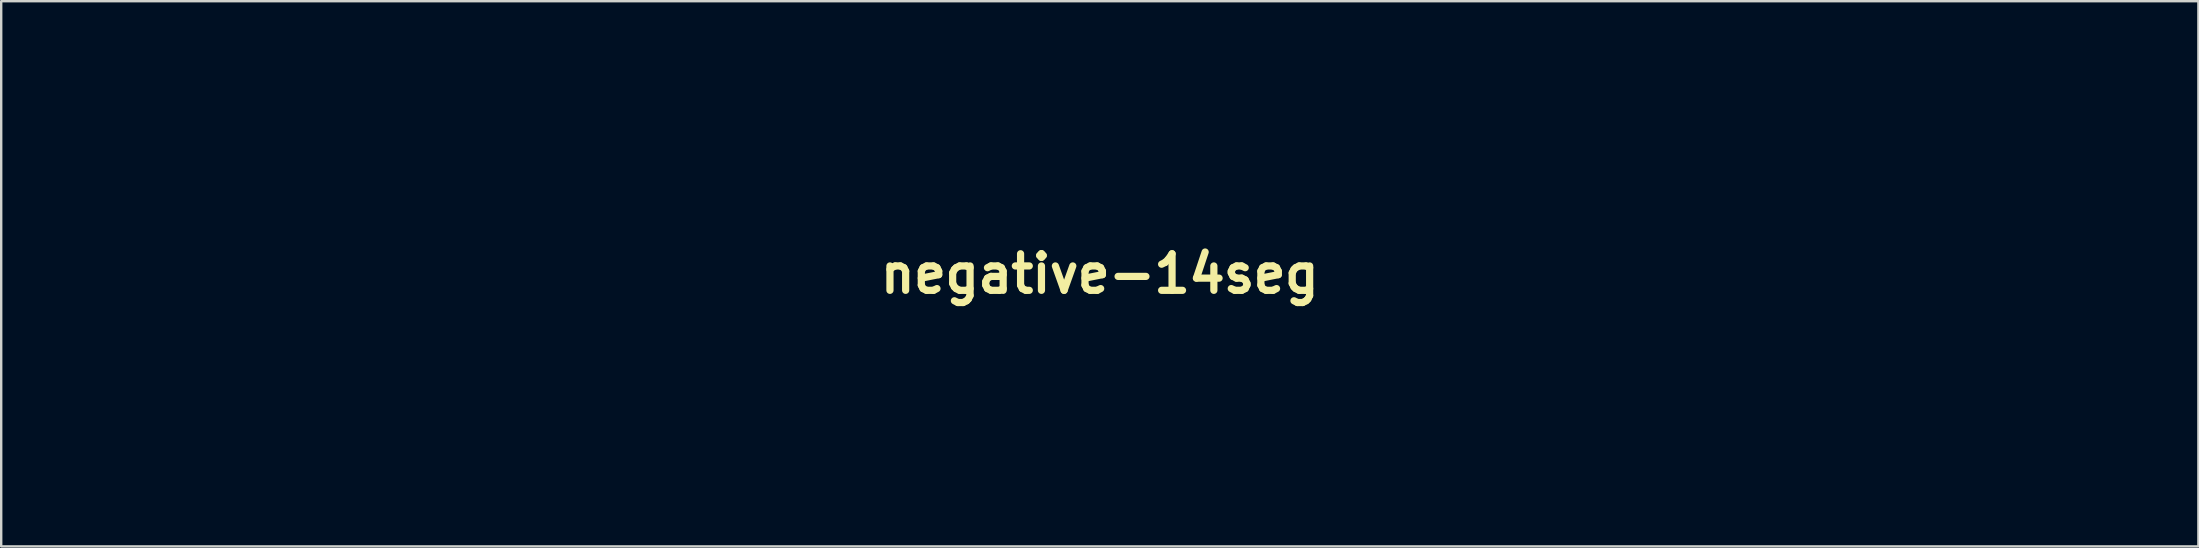
<source format=kicad_pcb>
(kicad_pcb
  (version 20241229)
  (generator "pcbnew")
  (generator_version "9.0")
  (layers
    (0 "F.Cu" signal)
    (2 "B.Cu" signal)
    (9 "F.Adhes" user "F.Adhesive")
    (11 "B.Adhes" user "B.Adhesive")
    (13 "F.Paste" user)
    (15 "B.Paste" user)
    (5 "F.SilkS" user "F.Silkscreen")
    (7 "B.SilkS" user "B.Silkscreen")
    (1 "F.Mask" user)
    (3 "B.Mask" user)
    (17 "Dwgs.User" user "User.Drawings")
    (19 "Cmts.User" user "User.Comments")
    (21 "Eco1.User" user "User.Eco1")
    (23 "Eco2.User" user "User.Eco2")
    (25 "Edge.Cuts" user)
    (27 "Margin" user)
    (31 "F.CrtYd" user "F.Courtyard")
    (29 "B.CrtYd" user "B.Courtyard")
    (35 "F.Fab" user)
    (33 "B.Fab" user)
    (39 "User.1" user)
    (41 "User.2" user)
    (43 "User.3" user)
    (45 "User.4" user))
  (footprint "negative-14seg"
    (layer "F.Cu")
    (at 42.784 8.36)
    (property "Reference" "negative-14seg" (at 0 0 0) (layer "F.SilkS") (effects (font (size 1.524 1.524) (thickness 0.3))))
    (attr through_hole)
    (fp_poly (pts (xy -34.574 5.07) (xy -34.557 5.176) (xy -34.582 5.318) (xy -34.624 5.381) (xy -34.672 5.355) (xy -34.691 5.225) (xy -34.691 5.218) (xy -34.672 5.075) (xy -34.626 5.013) (xy -34.624 5.013) (xy -34.574 5.07)) (stroke (width 0.01) (type solid)) (fill no) (layer "Eco2.User"))
    (fp_poly (pts (xy -13.522 5.071) (xy -13.502 5.211) (xy -13.502 5.214) (xy -13.521 5.354) (xy -13.568 5.414) (xy -13.569 5.414) (xy -13.616 5.356) (xy -13.636 5.216) (xy -13.636 5.214) (xy -13.616 5.073) (xy -13.57 5.013) (xy -13.569 5.013) (xy -13.522 5.071)) (stroke (width 0.01) (type solid)) (fill no) (layer "Eco2.User"))
    (fp_poly (pts (xy 42.779 8.355) (xy -42.779 8.355) (xy -42.779 6.654) (xy -8.957 6.654) (xy -8.921 6.784) (xy -8.829 6.977) (xy -8.735 7.135) (xy -8.691 7.158) (xy -8.583 7.176) (xy -8.401 7.191) (xy -8.135 7.202) (xy -7.774 7.21) (xy -7.31 7.215) (xy -6.731 7.218) (xy -6.085 7.219) (xy -3.488 7.219) (xy -3.211 6.888) (xy -3.037 6.679) (xy 22.588 6.679) (xy 22.766 6.949) (xy 22.945 7.219) (xy 28.035 7.219) (xy 28.322 6.938) (xy 28.475 6.773) (xy 28.565 6.654) (xy 33.154 6.654) (xy 33.189 6.784) (xy 33.282 6.977) (xy 33.375 7.135) (xy 33.419 7.158) (xy 33.528 7.176) (xy 33.71 7.191) (xy 33.976 7.202) (xy 34.336 7.21) (xy 34.801 7.215) (xy 35.38 7.218) (xy 36.026 7.219) (xy 38.622 7.219) (xy 38.899 6.888) (xy 39.176 6.558) (xy 39.005 6.287) (xy 38.834 6.016) (xy 33.668 6.016) (xy 33.411 6.294) (xy 33.27 6.461) (xy 33.176 6.596) (xy 33.154 6.654) (xy 28.565 6.654) (xy 28.579 6.635) (xy 28.608 6.568) (xy 28.571 6.445) (xy 28.48 6.279) (xy 28.373 6.129) (xy 28.309 6.067) (xy 28.229 6.056) (xy 28.033 6.046) (xy 27.739 6.037) (xy 27.366 6.03) (xy 26.932 6.025) (xy 26.453 6.021) (xy 25.95 6.018) (xy 25.438 6.017) (xy 24.938 6.018) (xy 24.466 6.02) (xy 24.041 6.024) (xy 23.68 6.03) (xy 23.402 6.038) (xy 23.225 6.047) (xy 23.169 6.055) (xy 23.072 6.126) (xy 22.931 6.268) (xy 22.827 6.387) (xy 22.588 6.679) (xy -3.037 6.679) (xy -2.935 6.558) (xy -3.106 6.287) (xy -3.277 6.016) (xy -8.443 6.016) (xy -8.7 6.294) (xy -8.841 6.461) (xy -8.934 6.596) (xy -8.957 6.654) (xy -42.779 6.654) (xy -42.779 5.668) (xy -41.008 5.668) (xy -41.005 5.777) (xy -40.994 5.855) (xy -40.978 5.914) (xy -40.957 5.964) (xy -40.937 6.002) (xy -40.843 6.145) (xy -40.75 6.215) (xy -40.739 6.216) (xy -40.652 6.165) (xy -40.528 6.033) (xy -40.443 5.92) (xy -40.388 5.839) (xy -40.343 5.759) (xy -40.304 5.666) (xy -40.27 5.545) (xy -40.237 5.381) (xy -40.204 5.16) (xy -40.168 4.866) (xy -40.126 4.485) (xy -40.076 4.003) (xy -40.015 3.403) (xy -40.009 3.342) (xy -39.956 2.801) (xy -39.909 2.298) (xy -39.882 1.978) (xy -36.393 1.978) (xy -36.387 2.147) (xy -36.361 2.332) (xy -36.311 2.554) (xy -36.232 2.832) (xy -36.121 3.187) (xy -35.973 3.639) (xy -35.895 3.877) (xy -35.784 4.217) (xy -35.667 4.587) (xy -35.568 4.913) (xy -35.558 4.946) (xy -35.411 5.338) (xy -35.24 5.598) (xy -35.044 5.73) (xy -34.929 5.748) (xy -34.78 5.692) (xy -34.724 5.598) (xy -34.688 5.507) (xy -34.663 5.526) (xy -34.633 5.657) (xy -34.569 5.842) (xy -34.466 6.025) (xy -34.352 6.164) (xy -34.257 6.216) (xy -34.177 6.168) (xy -34.058 6.048) (xy -34.018 5.999) (xy -33.899 5.843) (xy -33.813 5.724) (xy -33.801 5.704) (xy -33.795 5.677) (xy -30.51 5.677) (xy -30.501 5.797) (xy -30.48 5.888) (xy -30.45 5.966) (xy -30.441 5.985) (xy -30.34 6.154) (xy -30.241 6.203) (xy -30.122 6.13) (xy -30.008 5.999) (xy -29.938 5.913) (xy -29.881 5.845) (xy -29.835 5.779) (xy -29.797 5.701) (xy -29.786 5.668) (xy -24.03 5.668) (xy -24.027 5.777) (xy -24.017 5.855) (xy -24 5.914) (xy -23.979 5.964) (xy -23.96 6.002) (xy -23.865 6.145) (xy -23.772 6.215) (xy -23.761 6.216) (xy -23.674 6.165) (xy -23.55 6.034) (xy -23.466 5.922) (xy -23.421 5.859) (xy -23.383 5.806) (xy -23.351 5.751) (xy -23.322 5.682) (xy -23.32 5.677) (xy -19.949 5.677) (xy -19.94 5.797) (xy -19.919 5.888) (xy -19.889 5.966) (xy -19.88 5.985) (xy -19.779 6.154) (xy -19.68 6.203) (xy -19.561 6.13) (xy -19.447 5.999) (xy -19.327 5.843) (xy -19.242 5.724) (xy -19.229 5.704) (xy -19.212 5.622) (xy -19.184 5.422) (xy -19.146 5.12) (xy -19.101 4.733) (xy -19.05 4.276) (xy -18.996 3.765) (xy -18.949 3.309) (xy -18.829 2.116) (xy -15.351 2.116) (xy -15.333 2.295) (xy -15.289 2.475) (xy -15.246 2.616) (xy -15.035 3.265) (xy -14.848 3.844) (xy -14.69 4.339) (xy -14.565 4.735) (xy -14.477 5.02) (xy -14.47 5.043) (xy -14.337 5.381) (xy -14.178 5.612) (xy -14.003 5.727) (xy -13.821 5.72) (xy -13.691 5.638) (xy -13.601 5.565) (xy -13.571 5.588) (xy -13.569 5.647) (xy -13.533 5.791) (xy -13.445 5.962) (xy -13.335 6.116) (xy -13.231 6.208) (xy -13.199 6.216) (xy -13.112 6.165) (xy -12.989 6.033) (xy -12.904 5.92) (xy -12.849 5.839) (xy -12.804 5.759) (xy -12.765 5.666) (xy -12.731 5.545) (xy -12.718 5.481) (xy -8.445 5.481) (xy -8.423 5.696) (xy -8.348 5.801) (xy -8.216 5.803) (xy -8.084 5.746) (xy -8.011 5.677) (xy -2.971 5.677) (xy -2.962 5.797) (xy -2.941 5.888) (xy -2.911 5.966) (xy -2.902 5.985) (xy -2.801 6.154) (xy -2.702 6.203) (xy -2.583 6.13) (xy -2.469 5.999) (xy -2.399 5.913) (xy -2.342 5.845) (xy -2.296 5.779) (xy -2.289 5.765) (xy 4.279 5.765) (xy 4.339 5.792) (xy 4.496 5.81) (xy 4.671 5.815) (xy 5.065 5.815) (xy 5.086 5.668) (xy 18.08 5.668) (xy 18.084 5.777) (xy 18.094 5.855) (xy 18.11 5.914) (xy 18.132 5.964) (xy 18.151 6.002) (xy 18.246 6.145) (xy 18.338 6.215) (xy 18.35 6.216) (xy 18.437 6.165) (xy 18.561 6.034) (xy 18.645 5.922) (xy 18.689 5.859) (xy 18.727 5.806) (xy 18.76 5.751) (xy 18.789 5.682) (xy 18.79 5.677) (xy 22.161 5.677) (xy 22.171 5.797) (xy 22.191 5.888) (xy 22.222 5.966) (xy 22.231 5.985) (xy 22.332 6.154) (xy 22.43 6.203) (xy 22.55 6.13) (xy 22.664 5.999) (xy 22.783 5.843) (xy 22.869 5.724) (xy 22.881 5.704) (xy 22.898 5.622) (xy 22.923 5.446) (xy 23.14 5.446) (xy 23.143 5.625) (xy 23.171 5.723) (xy 23.203 5.755) (xy 23.292 5.805) (xy 23.364 5.798) (xy 23.441 5.759) (xy 28.537 5.759) (xy 28.678 5.987) (xy 28.789 6.133) (xy 28.89 6.212) (xy 28.911 6.216) (xy 28.998 6.165) (xy 29.122 6.033) (xy 29.207 5.92) (xy 29.261 5.839) (xy 29.307 5.759) (xy 29.345 5.668) (xy 32.652 5.668) (xy 32.656 5.778) (xy 32.666 5.856) (xy 32.682 5.915) (xy 32.704 5.965) (xy 32.724 6.006) (xy 32.827 6.157) (xy 32.938 6.191) (xy 33.07 6.106) (xy 33.226 5.916) (xy 33.298 5.806) (xy 33.354 5.691) (xy 33.371 5.638) (xy 33.655 5.638) (xy 33.679 5.733) (xy 33.705 5.76) (xy 33.828 5.81) (xy 33.962 5.779) (xy 34.026 5.746) (xy 34.1 5.677) (xy 39.139 5.677) (xy 39.149 5.797) (xy 39.169 5.888) (xy 39.2 5.966) (xy 39.208 5.985) (xy 39.309 6.154) (xy 39.408 6.203) (xy 39.528 6.13) (xy 39.642 5.999) (xy 39.712 5.913) (xy 39.768 5.845) (xy 39.814 5.779) (xy 39.852 5.701) (xy 39.886 5.598) (xy 39.917 5.453) (xy 39.948 5.255) (xy 39.984 4.987) (xy 40.025 4.636) (xy 40.077 4.187) (xy 40.14 3.625) (xy 40.172 3.342) (xy 40.221 2.91) (xy 40.271 2.477) (xy 40.317 2.079) (xy 40.354 1.755) (xy 40.371 1.609) (xy 40.401 1.331) (xy 40.409 1.146) (xy 40.389 1.013) (xy 40.336 0.892) (xy 40.254 0.757) (xy 40.138 0.592) (xy 40.041 0.487) (xy 40.005 0.468) (xy 39.926 0.516) (xy 39.806 0.637) (xy 39.758 0.694) (xy 39.715 0.746) (xy 39.679 0.791) (xy 39.648 0.843) (xy 39.621 0.911) (xy 39.595 1.01) (xy 39.57 1.15) (xy 39.542 1.343) (xy 39.511 1.602) (xy 39.475 1.938) (xy 39.432 2.363) (xy 39.38 2.889) (xy 39.317 3.528) (xy 39.268 4.03) (xy 39.217 4.556) (xy 39.179 4.967) (xy 39.153 5.279) (xy 39.14 5.51) (xy 39.139 5.677) (xy 34.1 5.677) (xy 34.132 5.646) (xy 34.248 5.474) (xy 34.289 5.396) (xy 34.405 5.169) (xy 34.549 4.908) (xy 34.624 4.779) (xy 34.759 4.545) (xy 34.884 4.316) (xy 34.938 4.211) (xy 35.02 4.052) (xy 35.08 3.953) (xy 35.089 3.944) (xy 35.14 3.869) (xy 35.227 3.72) (xy 35.269 3.643) (xy 35.401 3.402) (xy 35.541 3.151) (xy 35.565 3.108) (xy 35.765 2.745) (xy 35.904 2.455) (xy 35.996 2.2) (xy 36.056 1.941) (xy 36.095 1.664) (xy 36.124 1.332) (xy 36.116 1.119) (xy 36.069 1.015) (xy 35.979 1.009) (xy 35.912 1.043) (xy 35.8 1.15) (xy 35.688 1.309) (xy 35.688 1.309) (xy 35.614 1.437) (xy 35.489 1.653) (xy 35.328 1.931) (xy 35.147 2.242) (xy 35.09 2.339) (xy 34.757 2.912) (xy 34.484 3.382) (xy 34.265 3.762) (xy 34.095 4.066) (xy 33.965 4.307) (xy 33.87 4.497) (xy 33.804 4.65) (xy 33.759 4.778) (xy 33.73 4.896) (xy 33.71 5.015) (xy 33.692 5.149) (xy 33.689 5.179) (xy 33.658 5.462) (xy 33.655 5.638) (xy 33.371 5.638) (xy 33.4 5.546) (xy 33.441 5.349) (xy 33.482 5.074) (xy 33.529 4.7) (xy 33.551 4.512) (xy 33.608 4.027) (xy 33.674 3.467) (xy 33.742 2.892) (xy 33.804 2.359) (xy 33.825 2.181) (xy 33.966 0.986) (xy 33.773 0.748) (xy 33.641 0.599) (xy 33.533 0.501) (xy 33.504 0.485) (xy 33.426 0.52) (xy 33.314 0.64) (xy 33.257 0.719) (xy 33.196 0.821) (xy 33.147 0.933) (xy 33.107 1.078) (xy 33.07 1.276) (xy 33.033 1.548) (xy 32.993 1.915) (xy 32.952 2.311) (xy 32.876 3.077) (xy 32.813 3.722) (xy 32.761 4.256) (xy 32.72 4.691) (xy 32.689 5.039) (xy 32.668 5.31) (xy 32.656 5.516) (xy 32.652 5.668) (xy 29.345 5.668) (xy 29.345 5.666) (xy 29.38 5.545) (xy 29.412 5.382) (xy 29.445 5.161) (xy 29.481 4.868) (xy 29.523 4.488) (xy 29.573 4.007) (xy 29.634 3.408) (xy 29.641 3.334) (xy 29.703 2.717) (xy 29.752 2.219) (xy 29.788 1.825) (xy 29.811 1.521) (xy 29.824 1.292) (xy 29.827 1.125) (xy 29.819 1.004) (xy 29.803 0.917) (xy 29.779 0.847) (xy 29.769 0.826) (xy 29.648 0.606) (xy 29.538 0.51) (xy 29.417 0.529) (xy 29.26 0.657) (xy 29.243 0.674) (xy 29.19 0.723) (xy 29.146 0.763) (xy 29.109 0.804) (xy 29.078 0.858) (xy 29.049 0.938) (xy 29.023 1.054) (xy 28.996 1.219) (xy 28.967 1.444) (xy 28.933 1.741) (xy 28.894 2.122) (xy 28.847 2.598) (xy 28.79 3.182) (xy 28.721 3.884) (xy 28.706 4.032) (xy 28.537 5.759) (xy 23.441 5.759) (xy 23.465 5.746) (xy 23.571 5.646) (xy 23.687 5.474) (xy 23.728 5.396) (xy 23.844 5.169) (xy 23.988 4.908) (xy 24.063 4.779) (xy 24.198 4.545) (xy 24.323 4.316) (xy 24.377 4.211) (xy 24.459 4.052) (xy 24.519 3.953) (xy 24.528 3.944) (xy 24.579 3.869) (xy 24.666 3.72) (xy 24.708 3.643) (xy 24.84 3.402) (xy 24.98 3.151) (xy 25.004 3.108) (xy 25.203 2.745) (xy 25.343 2.455) (xy 25.435 2.2) (xy 25.495 1.941) (xy 25.534 1.664) (xy 25.563 1.332) (xy 25.555 1.119) (xy 25.508 1.015) (xy 25.418 1.009) (xy 25.351 1.043) (xy 25.239 1.15) (xy 25.127 1.309) (xy 25.127 1.309) (xy 25.053 1.437) (xy 24.928 1.653) (xy 24.767 1.931) (xy 24.586 2.242) (xy 24.529 2.339) (xy 24.198 2.909) (xy 23.927 3.375) (xy 23.71 3.752) (xy 23.541 4.051) (xy 23.413 4.287) (xy 23.321 4.472) (xy 23.257 4.619) (xy 23.216 4.741) (xy 23.191 4.851) (xy 23.177 4.962) (xy 23.166 5.088) (xy 23.159 5.162) (xy 23.14 5.446) (xy 22.923 5.446) (xy 22.927 5.422) (xy 22.965 5.12) (xy 23.01 4.733) (xy 23.06 4.276) (xy 23.115 3.765) (xy 23.161 3.309) (xy 23.395 0.99) (xy 23.261 0.802) (xy 23.17 0.655) (xy 23.128 0.547) (xy 23.127 0.541) (xy 23.09 0.47) (xy 22.993 0.494) (xy 22.859 0.604) (xy 22.78 0.694) (xy 22.737 0.746) (xy 22.701 0.791) (xy 22.67 0.843) (xy 22.643 0.911) (xy 22.617 1.01) (xy 22.592 1.15) (xy 22.564 1.343) (xy 22.533 1.602) (xy 22.497 1.938) (xy 22.454 2.363) (xy 22.402 2.889) (xy 22.339 3.528) (xy 22.29 4.03) (xy 22.239 4.556) (xy 22.201 4.967) (xy 22.176 5.279) (xy 22.163 5.51) (xy 22.161 5.677) (xy 18.79 5.677) (xy 18.816 5.589) (xy 18.844 5.46) (xy 18.875 5.283) (xy 18.909 5.048) (xy 18.949 4.742) (xy 18.997 4.356) (xy 19.054 3.876) (xy 19.123 3.292) (xy 19.205 2.593) (xy 19.254 2.181) (xy 19.394 0.986) (xy 19.201 0.748) (xy 19.069 0.599) (xy 18.962 0.501) (xy 18.933 0.485) (xy 18.855 0.52) (xy 18.742 0.64) (xy 18.685 0.719) (xy 18.624 0.821) (xy 18.576 0.933) (xy 18.535 1.078) (xy 18.498 1.276) (xy 18.462 1.548) (xy 18.421 1.915) (xy 18.381 2.311) (xy 18.305 3.077) (xy 18.241 3.722) (xy 18.189 4.256) (xy 18.148 4.691) (xy 18.118 5.039) (xy 18.097 5.31) (xy 18.084 5.516) (xy 18.08 5.668) (xy 5.086 5.668) (xy 5.105 5.531) (xy 5.123 5.395) (xy 5.152 5.145) (xy 5.192 4.8) (xy 5.241 4.377) (xy 5.295 3.897) (xy 5.354 3.376) (xy 5.382 3.121) (xy 5.618 0.994) (xy 5.466 0.803) (xy 5.302 0.628) (xy 5.167 0.568) (xy 5.038 0.616) (xy 4.997 0.649) (xy 4.945 0.696) (xy 4.899 0.741) (xy 4.86 0.795) (xy 4.825 0.868) (xy 4.792 0.971) (xy 4.761 1.114) (xy 4.728 1.309) (xy 4.694 1.565) (xy 4.656 1.894) (xy 4.612 2.306) (xy 4.561 2.812) (xy 4.501 3.423) (xy 4.431 4.148) (xy 4.376 4.712) (xy 4.342 5.066) (xy 4.314 5.371) (xy 4.292 5.604) (xy 4.28 5.741) (xy 4.279 5.765) (xy -2.289 5.765) (xy -2.258 5.701) (xy -2.225 5.598) (xy -2.194 5.453) (xy -2.162 5.255) (xy -2.127 4.987) (xy -2.085 4.636) (xy -2.034 4.187) (xy -1.971 3.625) (xy -1.938 3.342) (xy -1.889 2.91) (xy -1.84 2.477) (xy -1.794 2.079) (xy -1.757 1.755) (xy -1.74 1.609) (xy -1.71 1.331) (xy -1.702 1.146) (xy -1.722 1.013) (xy -1.775 0.892) (xy -1.856 0.757) (xy -1.973 0.592) (xy -2.069 0.487) (xy -2.106 0.468) (xy -2.185 0.516) (xy -2.305 0.637) (xy -2.352 0.694) (xy -2.396 0.746) (xy -2.432 0.791) (xy -2.462 0.843) (xy -2.49 0.911) (xy -2.515 1.01) (xy -2.541 1.15) (xy -2.568 1.343) (xy -2.599 1.602) (xy -2.636 1.938) (xy -2.679 2.363) (xy -2.731 2.889) (xy -2.794 3.528) (xy -2.843 4.03) (xy -2.894 4.556) (xy -2.932 4.967) (xy -2.957 5.279) (xy -2.97 5.51) (xy -2.971 5.677) (xy -8.011 5.677) (xy -7.978 5.646) (xy -7.862 5.474) (xy -7.821 5.396) (xy -7.706 5.169) (xy -7.562 4.908) (xy -7.487 4.779) (xy -7.352 4.545) (xy -7.227 4.316) (xy -7.173 4.211) (xy -7.091 4.052) (xy -7.03 3.953) (xy -7.022 3.944) (xy -6.97 3.869) (xy -6.883 3.72) (xy -6.841 3.643) (xy -6.71 3.402) (xy -6.57 3.151) (xy -6.546 3.108) (xy -6.346 2.745) (xy -6.207 2.455) (xy -6.114 2.2) (xy -6.054 1.941) (xy -6.015 1.664) (xy -5.987 1.332) (xy -5.995 1.119) (xy -6.042 1.015) (xy -6.131 1.009) (xy -6.199 1.043) (xy -6.311 1.15) (xy -6.422 1.309) (xy -6.423 1.309) (xy -6.496 1.437) (xy -6.621 1.653) (xy -6.783 1.931) (xy -6.964 2.242) (xy -7.02 2.339) (xy -7.354 2.913) (xy -7.627 3.383) (xy -7.846 3.764) (xy -8.017 4.068) (xy -8.146 4.308) (xy -8.241 4.497) (xy -8.307 4.649) (xy -8.351 4.775) (xy -8.38 4.89) (xy -8.399 5.005) (xy -8.416 5.135) (xy -8.418 5.149) (xy -8.445 5.481) (xy -12.718 5.481) (xy -12.698 5.382) (xy -12.665 5.161) (xy -12.629 4.868) (xy -12.587 4.488) (xy -12.537 4.007) (xy -12.477 3.408) (xy -12.469 3.334) (xy -12.407 2.717) (xy -12.359 2.219) (xy -12.323 1.825) (xy -12.299 1.521) (xy -12.286 1.292) (xy -12.284 1.125) (xy -12.291 1.004) (xy -12.307 0.917) (xy -12.332 0.847) (xy -12.342 0.826) (xy -12.462 0.606) (xy -12.572 0.51) (xy -12.694 0.529) (xy -12.852 0.656) (xy -12.87 0.674) (xy -13.098 0.902) (xy -13.198 1.938) (xy -13.241 2.388) (xy -13.287 2.878) (xy -13.332 3.353) (xy -13.371 3.757) (xy -13.376 3.81) (xy -13.421 4.23) (xy -13.467 4.527) (xy -13.512 4.699) (xy -13.556 4.743) (xy -13.592 4.673) (xy -13.628 4.562) (xy -13.701 4.345) (xy -13.803 4.042) (xy -13.928 3.674) (xy -14.068 3.262) (xy -14.218 2.826) (xy -14.369 2.385) (xy -14.512 1.972) (xy -14.625 1.643) (xy -14.722 1.362) (xy -14.793 1.152) (xy -14.832 1.035) (xy -14.837 1.019) (xy -14.897 1.007) (xy -15.034 1.003) (xy -15.164 1.018) (xy -15.23 1.091) (xy -15.265 1.253) (xy -15.317 1.628) (xy -15.346 1.905) (xy -15.351 2.116) (xy -18.829 2.116) (xy -18.715 0.99) (xy -18.849 0.802) (xy -18.94 0.655) (xy -18.983 0.547) (xy -18.983 0.541) (xy -19.02 0.47) (xy -19.118 0.494) (xy -19.252 0.604) (xy -19.33 0.694) (xy -19.373 0.746) (xy -19.409 0.791) (xy -19.44 0.843) (xy -19.468 0.911) (xy -19.493 1.01) (xy -19.519 1.15) (xy -19.546 1.343) (xy -19.577 1.602) (xy -19.613 1.938) (xy -19.657 2.363) (xy -19.709 2.889) (xy -19.772 3.528) (xy -19.821 4.03) (xy -19.872 4.556) (xy -19.91 4.967) (xy -19.935 5.279) (xy -19.948 5.51) (xy -19.949 5.677) (xy -23.32 5.677) (xy -23.294 5.589) (xy -23.266 5.46) (xy -23.236 5.283) (xy -23.202 5.048) (xy -23.162 4.742) (xy -23.114 4.356) (xy -23.056 3.876) (xy -22.988 3.292) (xy -22.905 2.593) (xy -22.857 2.181) (xy -22.716 0.986) (xy -22.909 0.748) (xy -23.041 0.599) (xy -23.149 0.501) (xy -23.178 0.485) (xy -23.256 0.52) (xy -23.368 0.64) (xy -23.426 0.719) (xy -23.486 0.821) (xy -23.535 0.933) (xy -23.575 1.078) (xy -23.612 1.276) (xy -23.649 1.548) (xy -23.69 1.915) (xy -23.73 2.311) (xy -23.806 3.077) (xy -23.869 3.722) (xy -23.921 4.256) (xy -23.962 4.691) (xy -23.993 5.039) (xy -24.014 5.31) (xy -24.026 5.516) (xy -24.03 5.668) (xy -29.786 5.668) (xy -29.764 5.598) (xy -29.733 5.453) (xy -29.701 5.255) (xy -29.666 4.987) (xy -29.624 4.636) (xy -29.573 4.187) (xy -29.51 3.625) (xy -29.477 3.342) (xy -29.428 2.91) (xy -29.379 2.477) (xy -29.333 2.079) (xy -29.296 1.755) (xy -29.279 1.609) (xy -29.249 1.331) (xy -29.241 1.146) (xy -29.261 1.013) (xy -29.314 0.892) (xy -29.395 0.757) (xy -29.512 0.592) (xy -29.608 0.487) (xy -29.644 0.468) (xy -29.724 0.516) (xy -29.844 0.637) (xy -29.891 0.694) (xy -29.934 0.746) (xy -29.97 0.791) (xy -30.001 0.843) (xy -30.029 0.911) (xy -30.054 1.01) (xy -30.08 1.15) (xy -30.107 1.343) (xy -30.138 1.602) (xy -30.175 1.938) (xy -30.218 2.363) (xy -30.27 2.889) (xy -30.333 3.528) (xy -30.382 4.03) (xy -30.433 4.556) (xy -30.471 4.967) (xy -30.496 5.279) (xy -30.509 5.51) (xy -30.51 5.677) (xy -33.795 5.677) (xy -33.784 5.622) (xy -33.755 5.422) (xy -33.718 5.12) (xy -33.673 4.733) (xy -33.622 4.276) (xy -33.568 3.765) (xy -33.521 3.309) (xy -33.287 0.99) (xy -33.421 0.802) (xy -33.512 0.655) (xy -33.554 0.547) (xy -33.555 0.541) (xy -33.594 0.47) (xy -33.698 0.491) (xy -33.843 0.596) (xy -33.949 0.704) (xy -34.071 0.847) (xy -34.145 0.94) (xy -34.156 0.958) (xy -34.163 1.027) (xy -34.181 1.21) (xy -34.209 1.491) (xy -34.245 1.85) (xy -34.287 2.27) (xy -34.323 2.634) (xy -34.37 3.103) (xy -34.411 3.539) (xy -34.446 3.922) (xy -34.472 4.229) (xy -34.487 4.439) (xy -34.491 4.518) (xy -34.506 4.69) (xy -34.55 4.735) (xy -34.617 4.656) (xy -34.704 4.458) (xy -34.75 4.328) (xy -34.812 4.14) (xy -34.91 3.852) (xy -35.034 3.488) (xy -35.176 3.073) (xy -35.328 2.633) (xy -35.383 2.473) (xy -35.542 2.012) (xy -35.666 1.661) (xy -35.761 1.406) (xy -35.834 1.231) (xy -35.894 1.12) (xy -35.948 1.057) (xy -36.004 1.028) (xy -36.068 1.017) (xy -36.087 1.015) (xy -36.231 1.006) (xy -36.296 1.014) (xy -36.296 1.015) (xy -36.303 1.086) (xy -36.323 1.259) (xy -36.35 1.5) (xy -36.362 1.604) (xy -36.383 1.803) (xy -36.393 1.978) (xy -39.882 1.978) (xy -39.871 1.852) (xy -39.841 1.477) (xy -39.823 1.19) (xy -39.816 1.007) (xy -39.819 0.948) (xy -39.894 0.795) (xy -40.001 0.635) (xy -40.106 0.512) (xy -40.176 0.468) (xy -40.246 0.519) (xy -40.354 0.648) (xy -40.406 0.724) (xy -40.466 0.824) (xy -40.514 0.938) (xy -40.555 1.085) (xy -40.591 1.287) (xy -40.628 1.564) (xy -40.67 1.937) (xy -40.708 2.311) (xy -40.784 3.077) (xy -40.847 3.722) (xy -40.899 4.256) (xy -40.94 4.691) (xy -40.971 5.039) (xy -40.992 5.31) (xy -41.004 5.516) (xy -41.008 5.668) (xy -42.779 5.668) (xy -42.779 0.216) (xy -29.409 0.216) (xy -29.276 0.402) (xy -29.185 0.55) (xy -29.143 0.657) (xy -29.143 0.662) (xy -29.084 0.694) (xy -28.903 0.717) (xy -28.597 0.73) (xy -28.161 0.735) (xy -28.127 0.735) (xy -27.11 0.735) (xy -26.857 0.488) (xy -26.694 0.301) (xy -26.053 0.301) (xy -25.962 0.495) (xy -25.93 0.541) (xy -25.792 0.735) (xy -23.902 0.735) (xy -23.648 0.488) (xy -23.471 0.284) (xy -23.442 0.206) (xy -5.032 0.206) (xy -5.002 0.319) (xy -4.942 0.403) (xy -4.851 0.546) (xy -4.814 0.652) (xy -4.779 0.686) (xy -4.663 0.711) (xy -4.454 0.726) (xy -4.136 0.734) (xy -3.842 0.735) (xy -2.871 0.735) (xy -2.568 0.433) (xy -2.351 0.216) (xy 12.702 0.216) (xy 12.835 0.402) (xy 12.925 0.55) (xy 12.967 0.657) (xy 12.967 0.662) (xy 13.027 0.694) (xy 13.208 0.717) (xy 13.514 0.73) (xy 13.949 0.735) (xy 13.984 0.735) (xy 15 0.735) (xy 15.254 0.488) (xy 15.416 0.301) (xy 16.058 0.301) (xy 16.149 0.495) (xy 16.18 0.541) (xy 16.319 0.735) (xy 18.209 0.735) (xy 18.462 0.488) (xy 18.64 0.284) (xy 18.704 0.109) (xy 18.658 -0.073) (xy 18.545 -0.244) (xy 18.375 -0.468) (xy 17.459 -0.466) (xy 17.071 -0.463) (xy 16.791 -0.452) (xy 16.594 -0.424) (xy 16.454 -0.373) (xy 16.348 -0.292) (xy 16.248 -0.171) (xy 16.19 -0.09) (xy 16.071 0.122) (xy 16.058 0.301) (xy 15.416 0.301) (xy 15.431 0.284) (xy 15.495 0.109) (xy 15.449 -0.073) (xy 15.337 -0.244) (xy 15.166 -0.468) (xy 14.251 -0.468) (xy 13.858 -0.466) (xy 13.572 -0.452) (xy 13.365 -0.419) (xy 13.209 -0.355) (xy 13.078 -0.251) (xy 12.945 -0.099) (xy 12.849 0.024) (xy 12.702 0.216) (xy -2.351 0.216) (xy -2.266 0.13) (xy -2.403 -0.062) (xy -2.495 -0.209) (xy -2.539 -0.313) (xy -2.54 -0.321) (xy -2.562 -0.376) (xy -2.64 -0.417) (xy -2.79 -0.444) (xy -3.029 -0.46) (xy -3.375 -0.467) (xy -3.646 -0.468) (xy -4.007 -0.467) (xy -4.259 -0.462) (xy -4.429 -0.448) (xy -4.54 -0.42) (xy -4.619 -0.375) (xy -4.691 -0.308) (xy -4.714 -0.284) (xy -4.859 -0.111) (xy -4.973 0.059) (xy -4.978 0.069) (xy -5.032 0.206) (xy -23.442 0.206) (xy -23.407 0.109) (xy -23.453 -0.073) (xy -23.565 -0.244) (xy -23.736 -0.468) (xy -24.651 -0.466) (xy -25.04 -0.463) (xy -25.32 -0.452) (xy -25.517 -0.424) (xy -25.656 -0.373) (xy -25.763 -0.292) (xy -25.862 -0.171) (xy -25.92 -0.09) (xy -26.039 0.122) (xy -26.053 0.301) (xy -26.694 0.301) (xy -26.679 0.284) (xy -26.615 0.109) (xy -26.661 -0.073) (xy -26.774 -0.244) (xy -26.944 -0.468) (xy -27.86 -0.468) (xy -28.252 -0.466) (xy -28.539 -0.452) (xy -28.746 -0.419) (xy -28.901 -0.355) (xy -29.032 -0.251) (xy -29.166 -0.099) (xy -29.262 0.024) (xy -29.409 0.216) (xy -42.779 0.216) (xy -42.779 -0.848) (xy -40.414 -0.848) (xy -40.406 -0.692) (xy -40.376 -0.568) (xy -40.32 -0.444) (xy -40.303 -0.41) (xy -40.2 -0.245) (xy -40.105 -0.185) (xy -39.992 -0.234) (xy -39.839 -0.394) (xy -39.784 -0.462) (xy -39.722 -0.542) (xy -39.671 -0.623) (xy -39.63 -0.72) (xy -39.595 -0.852) (xy -39.562 -1.035) (xy -39.527 -1.289) (xy -39.488 -1.63) (xy -39.44 -2.076) (xy -39.407 -2.397) (xy -39.334 -3.106) (xy -39.273 -3.694) (xy -39.224 -4.174) (xy -39.189 -4.539) (xy -39.018 -4.539) (xy -39.004 -4.39) (xy -38.968 -4.214) (xy -38.907 -3.989) (xy -38.816 -3.694) (xy -38.689 -3.307) (xy -38.6 -3.041) (xy -38.46 -2.617) (xy -38.328 -2.212) (xy -38.213 -1.853) (xy -38.123 -1.564) (xy -38.066 -1.372) (xy -38.06 -1.35) (xy -37.955 -1.004) (xy -37.852 -0.775) (xy -37.741 -0.65) (xy -37.611 -0.612) (xy -37.578 -0.614) (xy -37.489 -0.631) (xy -37.432 -0.676) (xy -37.394 -0.777) (xy -37.381 -0.858) (xy -33.937 -0.858) (xy -33.927 -0.707) (xy -33.891 -0.581) (xy -33.827 -0.444) (xy -33.817 -0.424) (xy -33.723 -0.256) (xy -33.65 -0.152) (xy -33.628 -0.136) (xy -33.569 -0.186) (xy -33.46 -0.313) (xy -33.372 -0.425) (xy -33.156 -0.711) (xy -33.141 -0.848) (xy -29.853 -0.848) (xy -29.845 -0.692) (xy -29.815 -0.568) (xy -29.759 -0.444) (xy -29.742 -0.41) (xy -29.643 -0.256) (xy -29.553 -0.175) (xy -29.523 -0.172) (xy -29.444 -0.242) (xy -29.329 -0.389) (xy -29.26 -0.493) (xy -29.195 -0.605) (xy -29.174 -0.651) (xy -23.468 -0.651) (xy -23.297 -0.393) (xy -23.185 -0.239) (xy -23.1 -0.148) (xy -23.076 -0.136) (xy -23.012 -0.186) (xy -22.899 -0.313) (xy -22.816 -0.42) (xy -22.768 -0.479) (xy -22.729 -0.528) (xy -22.695 -0.577) (xy -22.666 -0.638) (xy -22.639 -0.723) (xy -22.613 -0.842) (xy -22.611 -0.858) (xy -19.365 -0.858) (xy -19.355 -0.707) (xy -19.319 -0.581) (xy -19.255 -0.444) (xy -19.245 -0.424) (xy -19.15 -0.256) (xy -19.075 -0.151) (xy -19.051 -0.134) (xy -18.986 -0.182) (xy -18.873 -0.303) (xy -18.806 -0.384) (xy -18.678 -0.55) (xy -18.583 -0.678) (xy -18.561 -0.713) (xy -18.539 -0.799) (xy -18.508 -1.003) (xy -18.468 -1.328) (xy -18.417 -1.775) (xy -18.356 -2.347) (xy -18.284 -3.047) (xy -18.202 -3.877) (xy -18.182 -4.077) (xy -18.149 -4.409) (xy -18.127 -4.614) (xy -17.956 -4.614) (xy -17.939 -4.344) (xy -17.88 -4.065) (xy -17.771 -3.724) (xy -17.754 -3.676) (xy -17.701 -3.52) (xy -17.616 -3.261) (xy -17.507 -2.925) (xy -17.381 -2.537) (xy -17.249 -2.122) (xy -17.233 -2.072) (xy -17.104 -1.673) (xy -16.985 -1.315) (xy -16.883 -1.018) (xy -16.805 -0.803) (xy -16.758 -0.69) (xy -16.753 -0.682) (xy -16.643 -0.623) (xy -16.516 -0.615) (xy -16.43 -0.633) (xy -16.379 -0.676) (xy -12.902 -0.676) (xy -12.763 -0.409) (xy -12.664 -0.255) (xy -12.574 -0.175) (xy -12.545 -0.172) (xy -12.466 -0.242) (xy -12.352 -0.389) (xy -12.279 -0.497) (xy -12.208 -0.621) (xy -12.19 -0.664) (xy -2.412 -0.664) (xy -2.276 -0.472) (xy -2.183 -0.323) (xy -2.14 -0.214) (xy -2.139 -0.207) (xy -2.099 -0.139) (xy -1.999 -0.165) (xy -1.916 -0.232) (xy -1.795 -0.365) (xy -1.7 -0.506) (xy -1.625 -0.676) (xy -1.564 -0.895) (xy -1.56 -0.917) (xy 5.971 -0.917) (xy 5.971 -0.729) (xy 5.989 -0.657) (xy 6.087 -0.603) (xy 6.216 -0.649) (xy 6.29 -0.719) (xy 6.381 -0.848) (xy 12.257 -0.848) (xy 12.265 -0.692) (xy 12.296 -0.568) (xy 12.351 -0.444) (xy 12.369 -0.41) (xy 12.468 -0.256) (xy 12.558 -0.175) (xy 12.588 -0.172) (xy 12.667 -0.242) (xy 12.781 -0.389) (xy 12.851 -0.493) (xy 12.916 -0.605) (xy 12.936 -0.651) (xy 18.642 -0.651) (xy 18.814 -0.393) (xy 18.925 -0.239) (xy 19.011 -0.148) (xy 19.034 -0.136) (xy 19.099 -0.186) (xy 19.211 -0.313) (xy 19.295 -0.42) (xy 19.342 -0.479) (xy 19.382 -0.528) (xy 19.415 -0.577) (xy 19.445 -0.638) (xy 19.471 -0.723) (xy 19.497 -0.842) (xy 19.5 -0.858) (xy 22.745 -0.858) (xy 22.756 -0.707) (xy 22.791 -0.581) (xy 22.855 -0.444) (xy 22.865 -0.424) (xy 22.96 -0.256) (xy 23.036 -0.151) (xy 23.06 -0.134) (xy 23.124 -0.182) (xy 23.237 -0.303) (xy 23.304 -0.384) (xy 23.432 -0.55) (xy 23.527 -0.678) (xy 23.55 -0.713) (xy 23.562 -0.763) (xy 27.02 -0.763) (xy 27.04 -0.665) (xy 27.143 -0.606) (xy 27.282 -0.638) (xy 27.305 -0.653) (xy 27.333 -0.675) (xy 27.334 -0.676) (xy 29.208 -0.676) (xy 29.348 -0.409) (xy 29.447 -0.255) (xy 29.536 -0.175) (xy 29.566 -0.172) (xy 29.645 -0.242) (xy 29.759 -0.389) (xy 29.831 -0.497) (xy 29.903 -0.621) (xy 29.959 -0.754) (xy 29.988 -0.858) (xy 33.306 -0.858) (xy 33.317 -0.707) (xy 33.352 -0.581) (xy 33.416 -0.444) (xy 33.427 -0.424) (xy 33.52 -0.256) (xy 33.593 -0.152) (xy 33.615 -0.136) (xy 33.674 -0.186) (xy 33.783 -0.312) (xy 33.867 -0.42) (xy 33.914 -0.48) (xy 33.953 -0.528) (xy 33.987 -0.578) (xy 34.016 -0.639) (xy 34.039 -0.712) (xy 37.53 -0.712) (xy 37.539 -0.657) (xy 37.636 -0.603) (xy 37.766 -0.649) (xy 37.781 -0.664) (xy 39.698 -0.664) (xy 39.835 -0.472) (xy 39.927 -0.323) (xy 39.971 -0.214) (xy 39.972 -0.207) (xy 40.012 -0.139) (xy 40.112 -0.165) (xy 40.194 -0.232) (xy 40.315 -0.365) (xy 40.41 -0.506) (xy 40.486 -0.676) (xy 40.547 -0.895) (xy 40.6 -1.185) (xy 40.65 -1.565) (xy 40.703 -2.058) (xy 40.705 -2.08) (xy 40.756 -2.58) (xy 40.812 -3.126) (xy 40.867 -3.668) (xy 40.918 -4.159) (xy 40.945 -4.424) (xy 41.054 -5.472) (xy 40.864 -5.71) (xy 40.674 -5.948) (xy 40.458 -5.731) (xy 40.411 -5.687) (xy 40.371 -5.652) (xy 40.337 -5.614) (xy 40.307 -5.564) (xy 40.28 -5.489) (xy 40.252 -5.379) (xy 40.224 -5.224) (xy 40.193 -5.011) (xy 40.156 -4.732) (xy 40.113 -4.374) (xy 40.062 -3.927) (xy 40.001 -3.381) (xy 39.928 -2.723) (xy 39.841 -1.944) (xy 39.838 -1.919) (xy 39.698 -0.664) (xy 37.781 -0.664) (xy 37.839 -0.719) (xy 37.945 -0.868) (xy 38.028 -1.003) (xy 38.102 -1.131) (xy 38.222 -1.342) (xy 38.37 -1.6) (xy 38.468 -1.771) (xy 38.814 -2.377) (xy 39.099 -2.879) (xy 39.331 -3.292) (xy 39.515 -3.629) (xy 39.658 -3.903) (xy 39.765 -4.127) (xy 39.844 -4.316) (xy 39.899 -4.481) (xy 39.937 -4.637) (xy 39.965 -4.796) (xy 39.989 -4.972) (xy 40 -5.063) (xy 40.043 -5.414) (xy 39.843 -5.414) (xy 39.728 -5.399) (xy 39.631 -5.338) (xy 39.526 -5.204) (xy 39.407 -5.01) (xy 39.288 -4.8) (xy 39.204 -4.632) (xy 39.17 -4.543) (xy 39.169 -4.542) (xy 39.122 -4.48) (xy 39.11 -4.478) (xy 39.043 -4.424) (xy 39.013 -4.361) (xy 38.958 -4.238) (xy 38.859 -4.053) (xy 38.795 -3.944) (xy 38.662 -3.719) (xy 38.535 -3.5) (xy 38.492 -3.426) (xy 38.366 -3.206) (xy 38.243 -2.991) (xy 38.136 -2.806) (xy 38 -2.573) (xy 37.921 -2.44) (xy 37.803 -2.232) (xy 37.709 -2.052) (xy 37.673 -1.972) (xy 37.64 -1.839) (xy 37.606 -1.626) (xy 37.574 -1.369) (xy 37.548 -1.107) (xy 37.532 -0.875) (xy 37.53 -0.712) (xy 34.039 -0.712) (xy 34.043 -0.724) (xy 34.069 -0.844) (xy 34.097 -1.011) (xy 34.126 -1.235) (xy 34.161 -1.528) (xy 34.202 -1.903) (xy 34.251 -2.369) (xy 34.309 -2.94) (xy 34.38 -3.625) (xy 34.424 -4.054) (xy 34.562 -5.401) (xy 34.419 -5.675) (xy 34.317 -5.838) (xy 34.224 -5.936) (xy 34.193 -5.949) (xy 34.1 -5.901) (xy 33.973 -5.783) (xy 33.936 -5.74) (xy 33.884 -5.677) (xy 33.841 -5.616) (xy 33.806 -5.544) (xy 33.776 -5.444) (xy 33.748 -5.301) (xy 33.719 -5.1) (xy 33.688 -4.826) (xy 33.651 -4.464) (xy 33.606 -3.999) (xy 33.554 -3.442) (xy 33.509 -2.971) (xy 33.462 -2.496) (xy 33.418 -2.051) (xy 33.38 -1.67) (xy 33.35 -1.387) (xy 33.349 -1.376) (xy 33.318 -1.069) (xy 33.306 -0.858) (xy 29.988 -0.858) (xy 30.005 -0.92) (xy 30.047 -1.143) (xy 30.09 -1.448) (xy 30.139 -1.859) (xy 30.145 -1.916) (xy 30.2 -2.397) (xy 30.264 -2.953) (xy 30.33 -3.525) (xy 30.391 -4.056) (xy 30.412 -4.232) (xy 30.551 -5.423) (xy 30.339 -5.69) (xy 30.128 -5.958) (xy 29.91 -5.746) (xy 29.828 -5.664) (xy 29.766 -5.583) (xy 29.718 -5.482) (xy 29.679 -5.342) (xy 29.646 -5.143) (xy 29.613 -4.864) (xy 29.575 -4.485) (xy 29.546 -4.178) (xy 29.52 -3.899) (xy 29.484 -3.521) (xy 29.441 -3.078) (xy 29.395 -2.601) (xy 29.349 -2.126) (xy 29.346 -2.092) (xy 29.208 -0.676) (xy 27.334 -0.676) (xy 27.363 -0.709) (xy 27.406 -0.771) (xy 27.471 -0.879) (xy 27.569 -1.05) (xy 27.711 -1.3) (xy 27.906 -1.648) (xy 27.938 -1.704) (xy 28.284 -2.32) (xy 28.57 -2.83) (xy 28.803 -3.248) (xy 28.989 -3.584) (xy 29.132 -3.852) (xy 29.239 -4.063) (xy 29.315 -4.228) (xy 29.367 -4.361) (xy 29.399 -4.473) (xy 29.418 -4.575) (xy 29.429 -4.681) (xy 29.437 -4.801) (xy 29.442 -4.867) (xy 29.487 -5.423) (xy 29.275 -5.402) (xy 29.149 -5.365) (xy 29.026 -5.267) (xy 28.894 -5.093) (xy 28.739 -4.826) (xy 28.562 -4.478) (xy 28.48 -4.32) (xy 28.42 -4.221) (xy 28.411 -4.211) (xy 28.36 -4.136) (xy 28.275 -3.986) (xy 28.234 -3.91) (xy 28.105 -3.67) (xy 27.966 -3.419) (xy 27.941 -3.376) (xy 27.804 -3.135) (xy 27.642 -2.846) (xy 27.441 -2.483) (xy 27.311 -2.247) (xy 27.24 -2.071) (xy 27.169 -1.82) (xy 27.106 -1.529) (xy 27.056 -1.233) (xy 27.026 -0.966) (xy 27.02 -0.763) (xy 23.562 -0.763) (xy 23.571 -0.801) (xy 23.601 -1.001) (xy 23.639 -1.289) (xy 23.681 -1.646) (xy 23.724 -2.047) (xy 23.727 -2.083) (xy 23.778 -2.582) (xy 23.834 -3.127) (xy 23.889 -3.669) (xy 23.94 -4.158) (xy 23.967 -4.42) (xy 24.075 -5.464) (xy 23.919 -5.706) (xy 23.782 -5.881) (xy 23.659 -5.935) (xy 23.52 -5.868) (xy 23.393 -5.746) (xy 23.336 -5.686) (xy 23.291 -5.63) (xy 23.253 -5.564) (xy 23.221 -5.471) (xy 23.192 -5.337) (xy 23.164 -5.148) (xy 23.133 -4.888) (xy 23.097 -4.542) (xy 23.054 -4.094) (xy 23.001 -3.531) (xy 22.993 -3.442) (xy 22.948 -2.971) (xy 22.901 -2.496) (xy 22.857 -2.051) (xy 22.819 -1.67) (xy 22.789 -1.387) (xy 22.788 -1.376) (xy 22.757 -1.069) (xy 22.745 -0.858) (xy 19.5 -0.858) (xy 19.525 -1.008) (xy 19.554 -1.231) (xy 19.589 -1.524) (xy 19.63 -1.897) (xy 19.678 -2.362) (xy 19.737 -2.93) (xy 19.807 -3.614) (xy 19.853 -4.068) (xy 19.994 -5.429) (xy 19.82 -5.692) (xy 19.646 -5.955) (xy 19.453 -5.801) (xy 19.394 -5.758) (xy 19.345 -5.724) (xy 19.303 -5.687) (xy 19.267 -5.636) (xy 19.235 -5.56) (xy 19.204 -5.447) (xy 19.173 -5.287) (xy 19.14 -5.069) (xy 19.102 -4.781) (xy 19.059 -4.412) (xy 19.007 -3.951) (xy 18.944 -3.386) (xy 18.87 -2.707) (xy 18.815 -2.214) (xy 18.642 -0.651) (xy 12.936 -0.651) (xy 12.968 -0.723) (xy 13.01 -0.869) (xy 13.048 -1.065) (xy 13.085 -1.332) (xy 13.126 -1.693) (xy 13.166 -2.079) (xy 13.217 -2.579) (xy 13.272 -3.123) (xy 13.328 -3.665) (xy 13.378 -4.154) (xy 13.406 -4.42) (xy 13.514 -5.464) (xy 13.358 -5.706) (xy 13.213 -5.885) (xy 13.085 -5.934) (xy 12.955 -5.855) (xy 12.855 -5.722) (xy 12.81 -5.647) (xy 12.772 -5.559) (xy 12.737 -5.446) (xy 12.705 -5.292) (xy 12.672 -5.084) (xy 12.637 -4.806) (xy 12.597 -4.445) (xy 12.55 -3.985) (xy 12.494 -3.413) (xy 12.468 -3.142) (xy 12.426 -2.708) (xy 12.382 -2.25) (xy 12.34 -1.817) (xy 12.305 -1.457) (xy 12.299 -1.392) (xy 12.269 -1.07) (xy 12.257 -0.848) (xy 6.381 -0.848) (xy 6.396 -0.868) (xy 6.479 -1.003) (xy 6.552 -1.131) (xy 6.673 -1.342) (xy 6.821 -1.6) (xy 6.918 -1.771) (xy 7.269 -2.386) (xy 7.56 -2.897) (xy 7.796 -3.319) (xy 7.983 -3.665) (xy 8.127 -3.949) (xy 8.234 -4.182) (xy 8.309 -4.38) (xy 8.359 -4.555) (xy 8.389 -4.72) (xy 8.405 -4.889) (xy 8.413 -5.075) (xy 8.416 -5.201) (xy 8.41 -5.351) (xy 8.353 -5.405) (xy 8.21 -5.402) (xy 8.019 -5.339) (xy 7.888 -5.18) (xy 7.794 -5.01) (xy 7.668 -4.782) (xy 7.575 -4.612) (xy 7.436 -4.361) (xy 7.296 -4.11) (xy 7.222 -3.977) (xy 7.088 -3.736) (xy 6.951 -3.484) (xy 6.928 -3.442) (xy 6.835 -3.274) (xy 6.766 -3.162) (xy 6.751 -3.142) (xy 6.698 -3.06) (xy 6.594 -2.875) (xy 6.45 -2.606) (xy 6.275 -2.27) (xy 6.236 -2.194) (xy 6.166 -2.012) (xy 6.099 -1.758) (xy 6.041 -1.467) (xy 5.996 -1.175) (xy 5.971 -0.917) (xy -1.56 -0.917) (xy -1.511 -1.185) (xy -1.461 -1.565) (xy -1.408 -2.058) (xy -1.405 -2.08) (xy -1.355 -2.58) (xy -1.299 -3.126) (xy -1.243 -3.668) (xy -1.193 -4.159) (xy -1.165 -4.424) (xy -1.057 -5.472) (xy -1.436 -5.948) (xy -1.653 -5.731) (xy -1.7 -5.687) (xy -1.739 -5.652) (xy -1.773 -5.614) (xy -1.803 -5.564) (xy -1.831 -5.489) (xy -1.858 -5.379) (xy -1.887 -5.224) (xy -1.918 -5.011) (xy -1.954 -4.732) (xy -1.997 -4.374) (xy -2.048 -3.927) (xy -2.11 -3.381) (xy -2.183 -2.723) (xy -2.269 -1.944) (xy -2.272 -1.919) (xy -2.412 -0.664) (xy -12.19 -0.664) (xy -12.152 -0.754) (xy -12.105 -0.92) (xy -12.064 -1.143) (xy -12.021 -1.448) (xy -11.972 -1.859) (xy -11.965 -1.916) (xy -11.911 -2.397) (xy -11.847 -2.953) (xy -11.781 -3.525) (xy -11.719 -4.056) (xy -11.699 -4.232) (xy -11.56 -5.423) (xy -11.771 -5.69) (xy -11.983 -5.958) (xy -12.201 -5.746) (xy -12.282 -5.664) (xy -12.345 -5.583) (xy -12.393 -5.482) (xy -12.431 -5.342) (xy -12.465 -5.143) (xy -12.498 -4.864) (xy -12.536 -4.485) (xy -12.565 -4.178) (xy -12.591 -3.899) (xy -12.627 -3.521) (xy -12.67 -3.078) (xy -12.715 -2.601) (xy -12.761 -2.126) (xy -12.765 -2.092) (xy -12.902 -0.676) (xy -16.379 -0.676) (xy -16.375 -0.68) (xy -16.338 -0.784) (xy -16.309 -0.974) (xy -16.286 -1.185) (xy -16.266 -1.408) (xy -16.259 -1.595) (xy -16.271 -1.772) (xy -16.306 -1.968) (xy -16.37 -2.211) (xy -16.468 -2.53) (xy -16.578 -2.874) (xy -16.668 -3.156) (xy -16.777 -3.504) (xy -16.895 -3.881) (xy -17.009 -4.249) (xy -17.108 -4.573) (xy -17.18 -4.813) (xy -17.19 -4.846) (xy -17.317 -5.142) (xy -17.49 -5.336) (xy -17.693 -5.413) (xy -17.717 -5.414) (xy -17.811 -5.408) (xy -17.868 -5.369) (xy -17.902 -5.269) (xy -17.926 -5.081) (xy -17.94 -4.93) (xy -17.956 -4.614) (xy -18.127 -4.614) (xy -18.114 -4.74) (xy -18.084 -5.014) (xy -18.076 -5.086) (xy -18.058 -5.322) (xy -18.079 -5.488) (xy -18.153 -5.644) (xy -18.19 -5.703) (xy -18.328 -5.88) (xy -18.451 -5.935) (xy -18.59 -5.869) (xy -18.718 -5.746) (xy -18.774 -5.686) (xy -18.82 -5.63) (xy -18.857 -5.564) (xy -18.889 -5.471) (xy -18.918 -5.337) (xy -18.947 -5.148) (xy -18.978 -4.888) (xy -19.013 -4.542) (xy -19.056 -4.094) (xy -19.109 -3.531) (xy -19.118 -3.442) (xy -19.163 -2.971) (xy -19.209 -2.496) (xy -19.253 -2.051) (xy -19.292 -1.67) (xy -19.321 -1.387) (xy -19.322 -1.376) (xy -19.354 -1.069) (xy -19.365 -0.858) (xy -22.611 -0.858) (xy -22.586 -1.008) (xy -22.556 -1.231) (xy -22.522 -1.524) (xy -22.481 -1.897) (xy -22.432 -2.362) (xy -22.374 -2.93) (xy -22.304 -3.614) (xy -22.257 -4.068) (xy -22.117 -5.429) (xy -22.291 -5.692) (xy -22.465 -5.955) (xy -22.658 -5.801) (xy -22.717 -5.758) (xy -22.766 -5.724) (xy -22.807 -5.687) (xy -22.843 -5.636) (xy -22.876 -5.56) (xy -22.906 -5.447) (xy -22.937 -5.287) (xy -22.97 -5.069) (xy -23.008 -4.781) (xy -23.052 -4.412) (xy -23.104 -3.951) (xy -23.166 -3.386) (xy -23.241 -2.707) (xy -23.295 -2.214) (xy -23.468 -0.651) (xy -29.174 -0.651) (xy -29.143 -0.723) (xy -29.1 -0.869) (xy -29.063 -1.065) (xy -29.025 -1.332) (xy -28.985 -1.693) (xy -28.945 -2.079) (xy -28.894 -2.579) (xy -28.838 -3.123) (xy -28.782 -3.665) (xy -28.732 -4.154) (xy -28.705 -4.42) (xy -28.596 -5.464) (xy -28.753 -5.706) (xy -28.897 -5.885) (xy -29.026 -5.934) (xy -29.155 -5.855) (xy -29.255 -5.722) (xy -29.3 -5.647) (xy -29.339 -5.559) (xy -29.373 -5.446) (xy -29.406 -5.292) (xy -29.439 -5.084) (xy -29.474 -4.806) (xy -29.514 -4.445) (xy -29.561 -3.985) (xy -29.617 -3.413) (xy -29.643 -3.142) (xy -29.684 -2.708) (xy -29.729 -2.25) (xy -29.771 -1.817) (xy -29.806 -1.457) (xy -29.812 -1.392) (xy -29.841 -1.07) (xy -29.853 -0.848) (xy -33.141 -0.848) (xy -32.887 -3.068) (xy -32.618 -5.425) (xy -32.749 -5.609) (xy -32.896 -5.8) (xy -33.007 -5.883) (xy -33.114 -5.868) (xy -33.25 -5.763) (xy -33.268 -5.746) (xy -33.33 -5.69) (xy -33.38 -5.638) (xy -33.421 -5.578) (xy -33.454 -5.492) (xy -33.484 -5.368) (xy -33.513 -5.19) (xy -33.544 -4.942) (xy -33.578 -4.611) (xy -33.62 -4.181) (xy -33.671 -3.638) (xy -33.689 -3.442) (xy -33.735 -2.971) (xy -33.781 -2.496) (xy -33.825 -2.051) (xy -33.863 -1.67) (xy -33.893 -1.387) (xy -33.894 -1.376) (xy -33.925 -1.069) (xy -33.937 -0.858) (xy -37.381 -0.858) (xy -37.364 -0.96) (xy -37.339 -1.187) (xy -37.319 -1.391) (xy -37.31 -1.564) (xy -37.318 -1.728) (xy -37.347 -1.908) (xy -37.4 -2.129) (xy -37.484 -2.413) (xy -37.603 -2.786) (xy -37.697 -3.075) (xy -37.768 -3.299) (xy -37.862 -3.603) (xy -37.966 -3.941) (xy -38.027 -4.144) (xy -38.162 -4.574) (xy -38.277 -4.892) (xy -38.38 -5.115) (xy -38.481 -5.261) (xy -38.588 -5.347) (xy -38.652 -5.376) (xy -38.792 -5.408) (xy -38.886 -5.374) (xy -38.947 -5.255) (xy -38.987 -5.032) (xy -39.006 -4.845) (xy -39.017 -4.683) (xy -39.018 -4.539) (xy -39.189 -4.539) (xy -39.187 -4.557) (xy -39.161 -4.858) (xy -39.145 -5.087) (xy -39.139 -5.257) (xy -39.142 -5.381) (xy -39.153 -5.47) (xy -39.172 -5.538) (xy -39.199 -5.597) (xy -39.232 -5.658) (xy -39.245 -5.682) (xy -39.345 -5.843) (xy -39.436 -5.938) (xy -39.464 -5.949) (xy -39.556 -5.904) (xy -39.693 -5.791) (xy -39.753 -5.732) (xy -39.812 -5.669) (xy -39.861 -5.609) (xy -39.902 -5.536) (xy -39.937 -5.437) (xy -39.97 -5.297) (xy -40.001 -5.103) (xy -40.034 -4.84) (xy -40.072 -4.493) (xy -40.116 -4.05) (xy -40.17 -3.496) (xy -40.204 -3.142) (xy -40.245 -2.708) (xy -40.29 -2.25) (xy -40.332 -1.817) (xy -40.367 -1.457) (xy -40.373 -1.392) (xy -40.403 -1.07) (xy -40.414 -0.848) (xy -42.779 -0.848) (xy -42.779 -6.163) (xy -28.74 -6.163) (xy -28.396 -5.548) (xy -23.3 -5.548) (xy -23.013 -5.829) (xy -22.834 -6.021) (xy -22.756 -6.163) (xy 2.809 -6.163) (xy 3.153 -5.548) (xy 8.346 -5.548) (xy 8.585 -5.839) (xy 8.739 -6.044) (xy 8.796 -6.174) (xy 23.941 -6.174) (xy 23.98 -5.997) (xy 24.075 -5.808) (xy 24.221 -5.548) (xy 29.398 -5.548) (xy 29.672 -5.875) (xy 29.932 -6.186) (xy 34.502 -6.186) (xy 34.534 -6.014) (xy 34.626 -5.813) (xy 34.761 -5.548) (xy 39.876 -5.548) (xy 40.198 -5.874) (xy 40.519 -6.2) (xy 40.337 -6.476) (xy 40.154 -6.751) (xy 34.913 -6.751) (xy 34.702 -6.519) (xy 34.556 -6.338) (xy 34.502 -6.186) (xy 29.932 -6.186) (xy 29.946 -6.202) (xy 29.8 -6.477) (xy 29.653 -6.751) (xy 24.352 -6.751) (xy 24.141 -6.519) (xy 23.993 -6.332) (xy 23.941 -6.174) (xy 8.796 -6.174) (xy 8.808 -6.2) (xy 8.798 -6.35) (xy 8.719 -6.539) (xy 8.718 -6.54) (xy 8.613 -6.751) (xy 3.291 -6.751) (xy 3.05 -6.457) (xy 2.809 -6.163) (xy -22.756 -6.163) (xy -22.751 -6.171) (xy -22.757 -6.317) (xy -22.842 -6.498) (xy -22.854 -6.517) (xy -22.971 -6.718) (xy -28.257 -6.753) (xy -28.499 -6.458) (xy -28.74 -6.163) (xy -42.779 -6.163) (xy -42.779 -8.355) (xy 42.779 -8.355) (xy 42.779 8.355)) (stroke (width 0.01) (type solid)) (fill no) (layer "Eco2.User")))
  (gr_rect
    (start -3 -3)
    (end 88.568 19.721)
    (stroke (width 0.1) (type default))
    (fill no)
    (layer "Edge.Cuts")))
</source>
